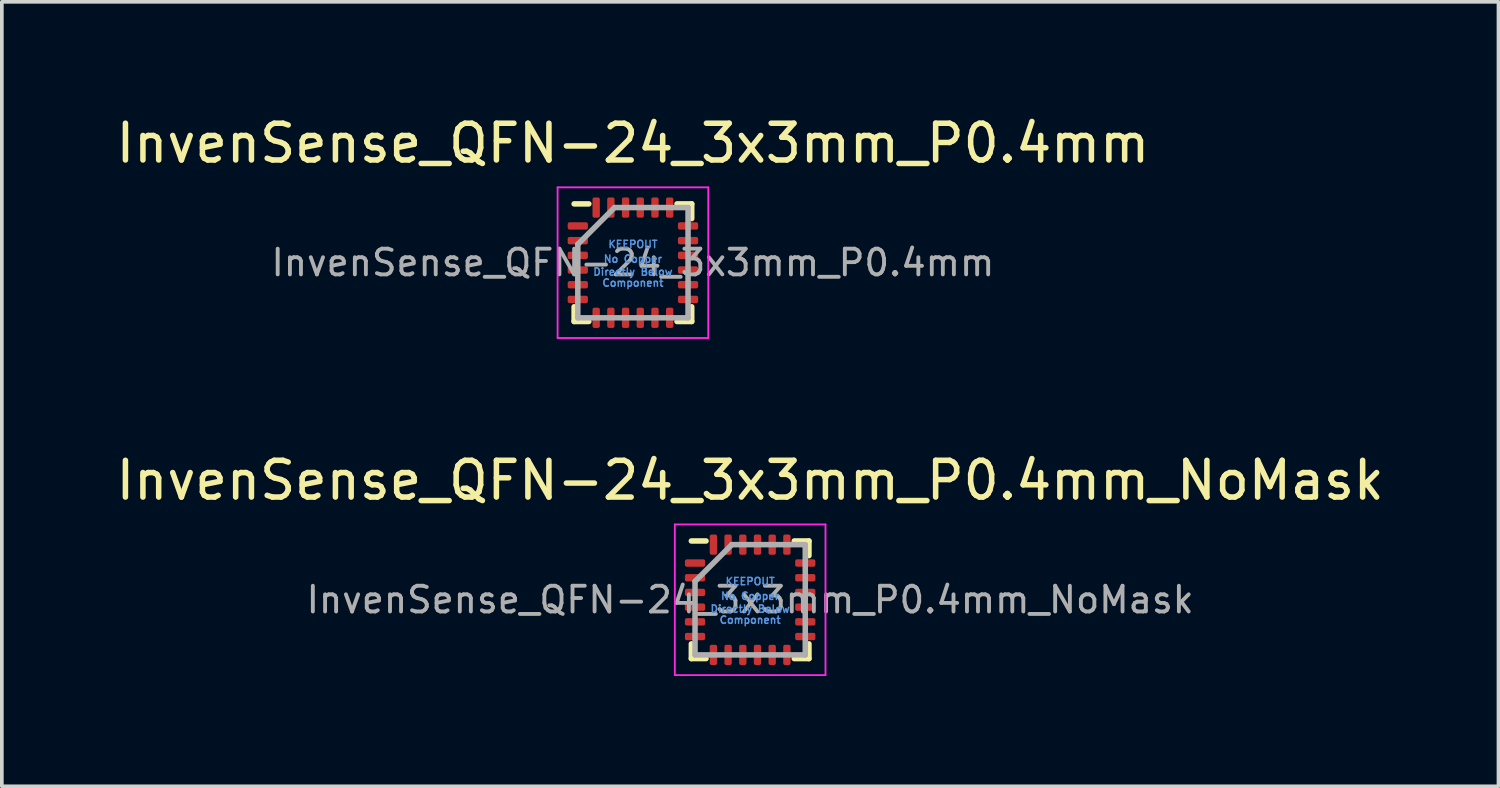
<source format=kicad_pcb>
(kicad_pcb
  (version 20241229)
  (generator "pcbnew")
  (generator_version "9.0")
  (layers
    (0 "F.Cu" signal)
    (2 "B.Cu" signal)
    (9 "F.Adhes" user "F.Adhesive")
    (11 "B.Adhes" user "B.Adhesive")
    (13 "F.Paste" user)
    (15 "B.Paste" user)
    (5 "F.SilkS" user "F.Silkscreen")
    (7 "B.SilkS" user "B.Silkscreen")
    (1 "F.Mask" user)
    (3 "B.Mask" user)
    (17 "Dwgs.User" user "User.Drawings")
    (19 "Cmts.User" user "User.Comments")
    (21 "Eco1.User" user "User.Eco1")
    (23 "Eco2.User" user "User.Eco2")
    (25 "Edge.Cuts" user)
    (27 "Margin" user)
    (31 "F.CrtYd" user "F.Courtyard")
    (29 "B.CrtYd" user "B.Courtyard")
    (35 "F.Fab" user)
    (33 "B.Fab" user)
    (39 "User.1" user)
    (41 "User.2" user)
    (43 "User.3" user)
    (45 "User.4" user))
  (footprint "InvenSense_QFN-24_3x3mm_P0.4mm"
    (layer "F.Cu")
    (at 14.173 4.098)
    (property "Reference" "InvenSense_QFN-24_3x3mm_P0.4mm" (at 0 -3.25 0) (layer "F.SilkS") (effects (font (size 1 1) (thickness 0.15))))
    (attr smd)
    (fp_line (start -1.6 -1.6) (end -1.2 -1.6) (stroke (width 0.15) (type solid)) (layer "F.SilkS"))
    (fp_line (start -1.6 1.6) (end -1.6 1.2) (stroke (width 0.15) (type solid)) (layer "F.SilkS"))
    (fp_line (start -1.6 1.6) (end -1.2 1.6) (stroke (width 0.15) (type solid)) (layer "F.SilkS"))
    (fp_line (start 1.6 -1.6) (end 1.2 -1.6) (stroke (width 0.15) (type solid)) (layer "F.SilkS"))
    (fp_line (start 1.6 -1.6) (end 1.6 -1.2) (stroke (width 0.15) (type solid)) (layer "F.SilkS"))
    (fp_line (start 1.6 1.6) (end 1.2 1.6) (stroke (width 0.15) (type solid)) (layer "F.SilkS"))
    (fp_line (start 1.6 1.6) (end 1.6 1.2) (stroke (width 0.15) (type solid)) (layer "F.SilkS"))
    (fp_line (start -2.05 -2.05) (end 2.05 -2.05) (stroke (width 0.05) (type solid)) (layer "F.CrtYd"))
    (fp_line (start -2.05 2.05) (end -2.05 -2.05) (stroke (width 0.05) (type solid)) (layer "F.CrtYd"))
    (fp_line (start 2.05 -2.05) (end 2.05 2.05) (stroke (width 0.05) (type solid)) (layer "F.CrtYd"))
    (fp_line (start 2.05 2.05) (end -2.05 2.05) (stroke (width 0.05) (type solid)) (layer "F.CrtYd"))
    (fp_line (start -1.5 -0.5) (end -0.5 -1.5) (stroke (width 0.15) (type solid)) (layer "F.Fab"))
    (fp_line (start -1.5 1.5) (end -1.5 -0.5) (stroke (width 0.15) (type solid)) (layer "F.Fab"))
    (fp_line (start -0.5 -1.5) (end 1.5 -1.5) (stroke (width 0.15) (type solid)) (layer "F.Fab"))
    (fp_line (start 1.5 -1.5) (end 1.5 1.5) (stroke (width 0.15) (type solid)) (layer "F.Fab"))
    (fp_line (start 1.5 1.5) (end -1.5 1.5) (stroke (width 0.15) (type solid)) (layer "F.Fab"))
    (fp_text user "KEEPOUT" (at 0 -0.5 0) (layer "Cmts.User") (effects (font (size 0.2 0.2) (thickness 0.04))))
    (fp_text user "No Copper" (at 0 -0.1 0) (layer "Cmts.User") (effects (font (size 0.2 0.2) (thickness 0.04))))
    (fp_text user "Component" (at 0 0.55 0) (layer "Cmts.User") (effects (font (size 0.2 0.2) (thickness 0.04))))
    (fp_text user "Directly Below" (at 0 0.25 0) (layer "Cmts.User") (effects (font (size 0.2 0.2) (thickness 0.04))))
    (fp_text user "${REFERENCE}" (at 0 0 0) (layer "F.Fab") (effects (font (size 0.7 0.7) (thickness 0.105))))
    (pad "1" smd roundrect (at -1.5 -1) (size 0.55 0.2) (layers "F.Cu" "F.Mask" "F.Paste") (roundrect_rratio 0.25))
    (pad "2" smd roundrect (at -1.5 -0.6) (size 0.55 0.2) (layers "F.Cu" "F.Mask" "F.Paste") (roundrect_rratio 0.25))
    (pad "3" smd roundrect (at -1.5 -0.2) (size 0.55 0.2) (layers "F.Cu" "F.Mask" "F.Paste") (roundrect_rratio 0.25))
    (pad "4" smd roundrect (at -1.5 0.2) (size 0.55 0.2) (layers "F.Cu" "F.Mask" "F.Paste") (roundrect_rratio 0.25))
    (pad "5" smd roundrect (at -1.5 0.6) (size 0.55 0.2) (layers "F.Cu" "F.Mask" "F.Paste") (roundrect_rratio 0.25))
    (pad "6" smd roundrect (at -1.5 1) (size 0.55 0.2) (layers "F.Cu" "F.Mask" "F.Paste") (roundrect_rratio 0.25))
    (pad "7" smd roundrect (at -1 1.5 90) (size 0.55 0.2) (layers "F.Cu" "F.Mask" "F.Paste") (roundrect_rratio 0.25))
    (pad "8" smd roundrect (at -0.6 1.5 90) (size 0.55 0.2) (layers "F.Cu" "F.Mask" "F.Paste") (roundrect_rratio 0.25))
    (pad "9" smd roundrect (at -0.2 1.5 90) (size 0.55 0.2) (layers "F.Cu" "F.Mask" "F.Paste") (roundrect_rratio 0.25))
    (pad "10" smd roundrect (at 0.2 1.5 90) (size 0.55 0.2) (layers "F.Cu" "F.Mask" "F.Paste") (roundrect_rratio 0.25))
    (pad "11" smd roundrect (at 0.6 1.5 90) (size 0.55 0.2) (layers "F.Cu" "F.Mask" "F.Paste") (roundrect_rratio 0.25))
    (pad "12" smd roundrect (at 1 1.5 90) (size 0.55 0.2) (layers "F.Cu" "F.Mask" "F.Paste") (roundrect_rratio 0.25))
    (pad "13" smd roundrect (at 1.5 1) (size 0.55 0.2) (layers "F.Cu" "F.Mask" "F.Paste") (roundrect_rratio 0.25))
    (pad "14" smd roundrect (at 1.5 0.6) (size 0.55 0.2) (layers "F.Cu" "F.Mask" "F.Paste") (roundrect_rratio 0.25))
    (pad "15" smd roundrect (at 1.5 0.2) (size 0.55 0.2) (layers "F.Cu" "F.Mask" "F.Paste") (roundrect_rratio 0.25))
    (pad "16" smd roundrect (at 1.5 -0.2) (size 0.55 0.2) (layers "F.Cu" "F.Mask" "F.Paste") (roundrect_rratio 0.25))
    (pad "17" smd roundrect (at 1.5 -0.6) (size 0.55 0.2) (layers "F.Cu" "F.Mask" "F.Paste") (roundrect_rratio 0.25))
    (pad "18" smd roundrect (at 1.5 -1) (size 0.55 0.2) (layers "F.Cu" "F.Mask" "F.Paste") (roundrect_rratio 0.25))
    (pad "19" smd roundrect (at 1 -1.5 90) (size 0.55 0.2) (layers "F.Cu" "F.Mask" "F.Paste") (roundrect_rratio 0.25))
    (pad "20" smd roundrect (at 0.6 -1.5 90) (size 0.55 0.2) (layers "F.Cu" "F.Mask" "F.Paste") (roundrect_rratio 0.25))
    (pad "21" smd roundrect (at 0.2 -1.5 90) (size 0.55 0.2) (layers "F.Cu" "F.Mask" "F.Paste") (roundrect_rratio 0.25))
    (pad "22" smd roundrect (at -0.2 -1.5 90) (size 0.55 0.2) (layers "F.Cu" "F.Mask" "F.Paste") (roundrect_rratio 0.25))
    (pad "23" smd roundrect (at -0.6 -1.5 90) (size 0.55 0.2) (layers "F.Cu" "F.Mask" "F.Paste") (roundrect_rratio 0.25))
    (pad "24" smd roundrect (at -1 -1.5 90) (size 0.55 0.2) (layers "F.Cu" "F.Mask" "F.Paste") (roundrect_rratio 0.25))
    (zone (net_name "") (layer "F.Cu") (hatch full 0.508) (connect_pads) (min_thickness 0.254) (filled_areas_thickness no) (keepout (tracks not_allowed) (vias not_allowed) (pads not_allowed) (copperpour not_allowed) (footprints allowed)) (placement (enabled no)) (fill) (polygon (pts (xy 13.298 3.303) (xy 15.048 3.303) (xy 15.048 4.893) (xy 13.298 4.893)))))
  (footprint "InvenSense_QFN-24_3x3mm_P0.4mm_NoMask"
    (layer "F.Cu")
    (at 17.363 13.271)
    (property "Reference" "InvenSense_QFN-24_3x3mm_P0.4mm_NoMask" (at 0 -3.25 0) (layer "F.SilkS") (effects (font (size 1 1) (thickness 0.15))))
    (attr smd)
    (fp_line (start -1.6 -1.6) (end -1.2 -1.6) (stroke (width 0.15) (type solid)) (layer "F.SilkS"))
    (fp_line (start -1.6 1.6) (end -1.6 1.2) (stroke (width 0.15) (type solid)) (layer "F.SilkS"))
    (fp_line (start -1.6 1.6) (end -1.2 1.6) (stroke (width 0.15) (type solid)) (layer "F.SilkS"))
    (fp_line (start 1.6 -1.6) (end 1.2 -1.6) (stroke (width 0.15) (type solid)) (layer "F.SilkS"))
    (fp_line (start 1.6 -1.6) (end 1.6 -1.2) (stroke (width 0.15) (type solid)) (layer "F.SilkS"))
    (fp_line (start 1.6 1.6) (end 1.2 1.6) (stroke (width 0.15) (type solid)) (layer "F.SilkS"))
    (fp_line (start 1.6 1.6) (end 1.6 1.2) (stroke (width 0.15) (type solid)) (layer "F.SilkS"))
    (fp_line (start -2.05 -2.05) (end 2.05 -2.05) (stroke (width 0.05) (type solid)) (layer "F.CrtYd"))
    (fp_line (start -2.05 2.05) (end -2.05 -2.05) (stroke (width 0.05) (type solid)) (layer "F.CrtYd"))
    (fp_line (start 2.05 -2.05) (end 2.05 2.05) (stroke (width 0.05) (type solid)) (layer "F.CrtYd"))
    (fp_line (start 2.05 2.05) (end -2.05 2.05) (stroke (width 0.05) (type solid)) (layer "F.CrtYd"))
    (fp_line (start -1.5 -0.5) (end -0.5 -1.5) (stroke (width 0.15) (type solid)) (layer "F.Fab"))
    (fp_line (start -1.5 1.5) (end -1.5 -0.5) (stroke (width 0.15) (type solid)) (layer "F.Fab"))
    (fp_line (start -0.5 -1.5) (end 1.5 -1.5) (stroke (width 0.15) (type solid)) (layer "F.Fab"))
    (fp_line (start 1.5 -1.5) (end 1.5 1.5) (stroke (width 0.15) (type solid)) (layer "F.Fab"))
    (fp_line (start 1.5 1.5) (end -1.5 1.5) (stroke (width 0.15) (type solid)) (layer "F.Fab"))
    (fp_text user "No Copper" (at 0 -0.1 0) (layer "Cmts.User") (effects (font (size 0.2 0.2) (thickness 0.04))))
    (fp_text user "Directly Below" (at 0 0.25 0) (layer "Cmts.User") (effects (font (size 0.2 0.2) (thickness 0.04))))
    (fp_text user "KEEPOUT" (at 0 -0.5 0) (layer "Cmts.User") (effects (font (size 0.2 0.2) (thickness 0.04))))
    (fp_text user "Component" (at 0 0.55 0) (layer "Cmts.User") (effects (font (size 0.2 0.2) (thickness 0.04))))
    (fp_text user "${REFERENCE}" (at 0 0 0) (layer "F.Fab") (effects (font (size 0.7 0.7) (thickness 0.105))))
    (pad "" smd roundrect (at 0 0) (size 1.75 1.59) (layers "F.Mask") (roundrect_rratio 0.15))
    (pad "1" smd roundrect (at -1.5 -1) (size 0.55 0.2) (layers "F.Cu" "F.Mask" "F.Paste") (roundrect_rratio 0.25))
    (pad "2" smd roundrect (at -1.5 -0.6) (size 0.55 0.2) (layers "F.Cu" "F.Mask" "F.Paste") (roundrect_rratio 0.25))
    (pad "3" smd roundrect (at -1.5 -0.2) (size 0.55 0.2) (layers "F.Cu" "F.Mask" "F.Paste") (roundrect_rratio 0.25))
    (pad "4" smd roundrect (at -1.5 0.2) (size 0.55 0.2) (layers "F.Cu" "F.Mask" "F.Paste") (roundrect_rratio 0.25))
    (pad "5" smd roundrect (at -1.5 0.6) (size 0.55 0.2) (layers "F.Cu" "F.Mask" "F.Paste") (roundrect_rratio 0.25))
    (pad "6" smd roundrect (at -1.5 1) (size 0.55 0.2) (layers "F.Cu" "F.Mask" "F.Paste") (roundrect_rratio 0.25))
    (pad "7" smd roundrect (at -1 1.5 90) (size 0.55 0.2) (layers "F.Cu" "F.Mask" "F.Paste") (roundrect_rratio 0.25))
    (pad "8" smd roundrect (at -0.6 1.5 90) (size 0.55 0.2) (layers "F.Cu" "F.Mask" "F.Paste") (roundrect_rratio 0.25))
    (pad "9" smd roundrect (at -0.2 1.5 90) (size 0.55 0.2) (layers "F.Cu" "F.Mask" "F.Paste") (roundrect_rratio 0.25))
    (pad "10" smd roundrect (at 0.2 1.5 90) (size 0.55 0.2) (layers "F.Cu" "F.Mask" "F.Paste") (roundrect_rratio 0.25))
    (pad "11" smd roundrect (at 0.6 1.5 90) (size 0.55 0.2) (layers "F.Cu" "F.Mask" "F.Paste") (roundrect_rratio 0.25))
    (pad "12" smd roundrect (at 1 1.5 90) (size 0.55 0.2) (layers "F.Cu" "F.Mask" "F.Paste") (roundrect_rratio 0.25))
    (pad "13" smd roundrect (at 1.5 1) (size 0.55 0.2) (layers "F.Cu" "F.Mask" "F.Paste") (roundrect_rratio 0.25))
    (pad "14" smd roundrect (at 1.5 0.6) (size 0.55 0.2) (layers "F.Cu" "F.Mask" "F.Paste") (roundrect_rratio 0.25))
    (pad "15" smd roundrect (at 1.5 0.2) (size 0.55 0.2) (layers "F.Cu" "F.Mask" "F.Paste") (roundrect_rratio 0.25))
    (pad "16" smd roundrect (at 1.5 -0.2) (size 0.55 0.2) (layers "F.Cu" "F.Mask" "F.Paste") (roundrect_rratio 0.25))
    (pad "17" smd roundrect (at 1.5 -0.6) (size 0.55 0.2) (layers "F.Cu" "F.Mask" "F.Paste") (roundrect_rratio 0.25))
    (pad "18" smd roundrect (at 1.5 -1) (size 0.55 0.2) (layers "F.Cu" "F.Mask" "F.Paste") (roundrect_rratio 0.25))
    (pad "19" smd roundrect (at 1 -1.5 90) (size 0.55 0.2) (layers "F.Cu" "F.Mask" "F.Paste") (roundrect_rratio 0.25))
    (pad "20" smd roundrect (at 0.6 -1.5 90) (size 0.55 0.2) (layers "F.Cu" "F.Mask" "F.Paste") (roundrect_rratio 0.25))
    (pad "21" smd roundrect (at 0.2 -1.5 90) (size 0.55 0.2) (layers "F.Cu" "F.Mask" "F.Paste") (roundrect_rratio 0.25))
    (pad "22" smd roundrect (at -0.2 -1.5 90) (size 0.55 0.2) (layers "F.Cu" "F.Mask" "F.Paste") (roundrect_rratio 0.25))
    (pad "23" smd roundrect (at -0.6 -1.5 90) (size 0.55 0.2) (layers "F.Cu" "F.Mask" "F.Paste") (roundrect_rratio 0.25))
    (pad "24" smd roundrect (at -1 -1.5 90) (size 0.55 0.2) (layers "F.Cu" "F.Mask" "F.Paste") (roundrect_rratio 0.25))
    (zone (net_name "") (layer "F.Cu") (hatch full 0.508) (connect_pads) (min_thickness 0.254) (filled_areas_thickness no) (keepout (tracks not_allowed) (vias not_allowed) (pads not_allowed) (copperpour not_allowed) (footprints allowed)) (placement (enabled no)) (fill) (polygon (pts (xy 16.488 12.476) (xy 18.238 12.476) (xy 18.238 14.066) (xy 16.488 14.066)))))
  (gr_rect
    (start -3 -3)
    (end 37.726 18.346)
    (stroke (width 0.1) (type default))
    (fill no)
    (layer "Edge.Cuts")))
</source>
